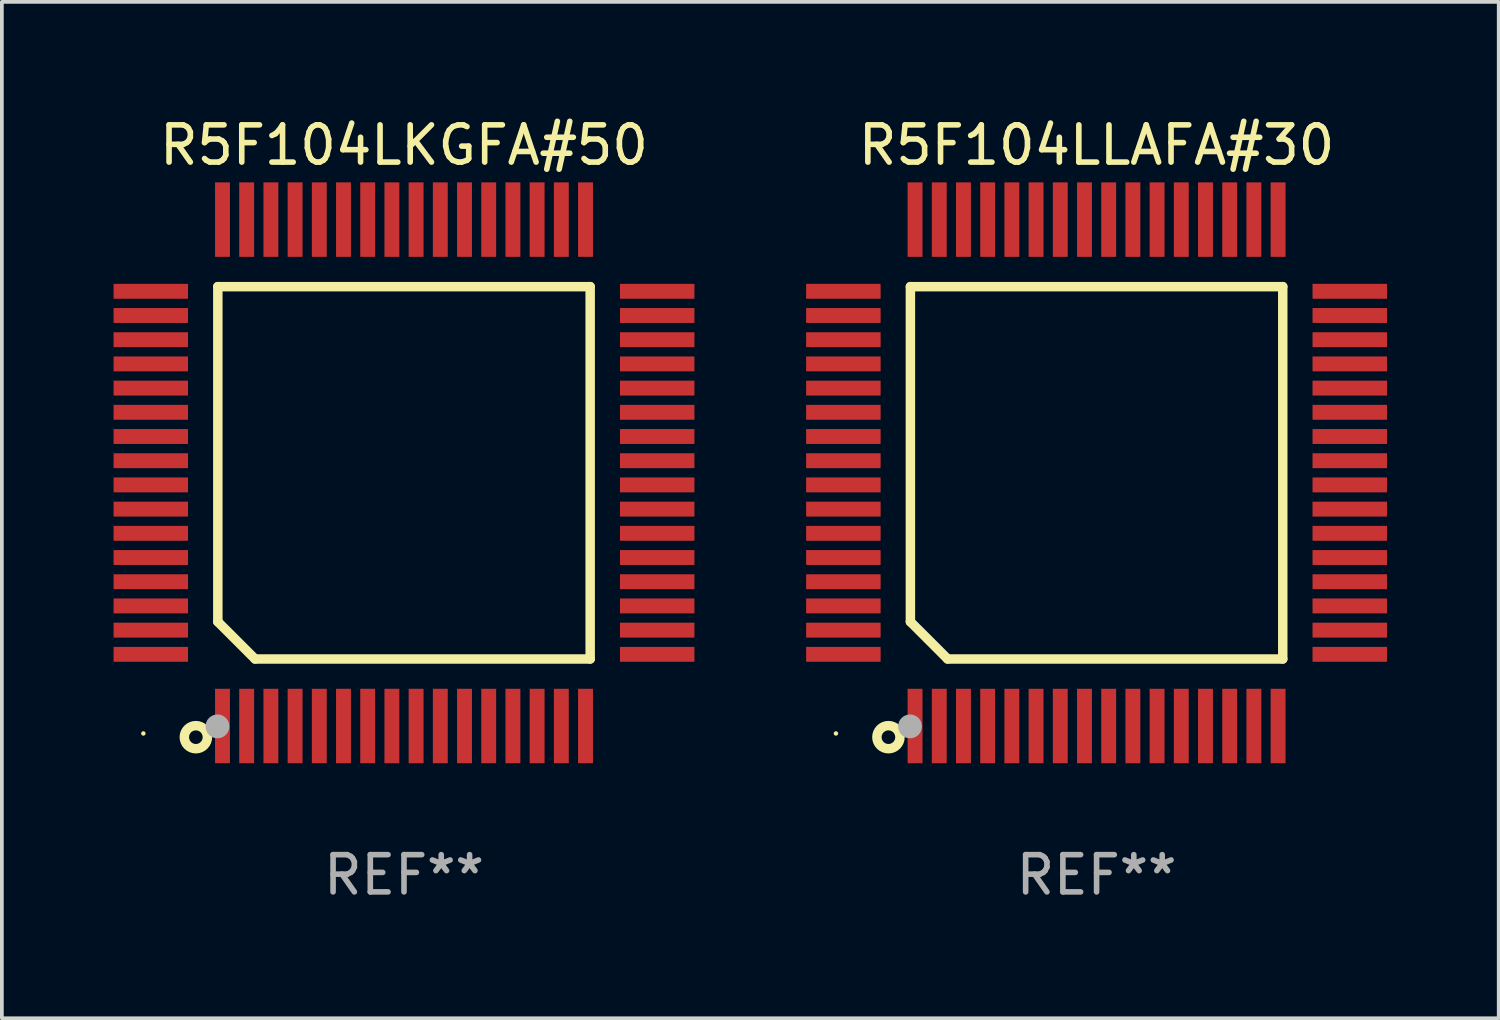
<source format=kicad_pcb>
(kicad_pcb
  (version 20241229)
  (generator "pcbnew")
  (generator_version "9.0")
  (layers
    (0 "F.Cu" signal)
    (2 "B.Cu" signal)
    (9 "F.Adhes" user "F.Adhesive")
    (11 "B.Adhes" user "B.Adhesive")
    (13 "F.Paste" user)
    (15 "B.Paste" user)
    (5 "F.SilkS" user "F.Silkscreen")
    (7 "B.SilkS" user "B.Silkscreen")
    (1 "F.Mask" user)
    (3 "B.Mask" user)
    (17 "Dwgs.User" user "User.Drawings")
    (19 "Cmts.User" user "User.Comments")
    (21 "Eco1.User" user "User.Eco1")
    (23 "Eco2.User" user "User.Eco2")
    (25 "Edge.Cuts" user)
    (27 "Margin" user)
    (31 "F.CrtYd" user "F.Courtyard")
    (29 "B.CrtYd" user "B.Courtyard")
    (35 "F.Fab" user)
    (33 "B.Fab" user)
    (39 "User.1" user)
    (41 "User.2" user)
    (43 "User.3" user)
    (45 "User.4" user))
  (footprint "R5F104LLAFA#30"
    (layer "F.Cu")
    (at 26.4 9.648)
    (property "Reference" "R5F104LLAFA#30" (at 0 -8.8 0) (layer "F.SilkS") (effects (font (size 1 1) (thickness 0.15))))
    (attr through_hole)
    (fp_line (start -5 -5) (end 5 -5) (stroke (width 0.254) (type solid)) (layer "F.SilkS"))
    (fp_line (start -5 4) (end -5 -5) (stroke (width 0.254) (type solid)) (layer "F.SilkS"))
    (fp_line (start -4 5) (end -5 4) (stroke (width 0.254) (type solid)) (layer "F.SilkS"))
    (fp_line (start 5 -5) (end 5 5) (stroke (width 0.254) (type solid)) (layer "F.SilkS"))
    (fp_line (start 5 5) (end -4 5) (stroke (width 0.254) (type solid)) (layer "F.SilkS"))
    (fp_circle (center -7 7) (end -6.97 7) (stroke (width 0.06) (type solid)) (fill no) (layer "F.SilkS"))
    (fp_circle (center -5.59 7.1) (end -5.28 7.1) (stroke (width 0.254) (type solid)) (fill no) (layer "F.SilkS"))
    (fp_circle (center -5.01 6.81) (end -4.85 6.81) (stroke (width 0.32) (type solid)) (fill no) (layer "F.Fab"))
    (fp_text user "REF**" (at 0 10.8 0) (layer "F.Fab") (effects (font (size 1 1) (thickness 0.15))))
    (pad "1" smd rect (at -4.875 6.8) (size 0.4 2) (layers "F.Cu" "F.Mask" "F.Paste"))
    (pad "2" smd rect (at -4.225 6.8) (size 0.4 2) (layers "F.Cu" "F.Mask" "F.Paste"))
    (pad "3" smd rect (at -3.575 6.8) (size 0.4 2) (layers "F.Cu" "F.Mask" "F.Paste"))
    (pad "4" smd rect (at -2.925 6.8) (size 0.4 2) (layers "F.Cu" "F.Mask" "F.Paste"))
    (pad "5" smd rect (at -2.275 6.8) (size 0.4 2) (layers "F.Cu" "F.Mask" "F.Paste"))
    (pad "6" smd rect (at -1.625 6.8) (size 0.4 2) (layers "F.Cu" "F.Mask" "F.Paste"))
    (pad "7" smd rect (at -0.975 6.8) (size 0.4 2) (layers "F.Cu" "F.Mask" "F.Paste"))
    (pad "8" smd rect (at -0.325 6.8) (size 0.4 2) (layers "F.Cu" "F.Mask" "F.Paste"))
    (pad "9" smd rect (at 0.325 6.8) (size 0.4 2) (layers "F.Cu" "F.Mask" "F.Paste"))
    (pad "10" smd rect (at 0.975 6.8) (size 0.4 2) (layers "F.Cu" "F.Mask" "F.Paste"))
    (pad "11" smd rect (at 1.625 6.8) (size 0.4 2) (layers "F.Cu" "F.Mask" "F.Paste"))
    (pad "12" smd rect (at 2.275 6.8) (size 0.4 2) (layers "F.Cu" "F.Mask" "F.Paste"))
    (pad "13" smd rect (at 2.925 6.8) (size 0.4 2) (layers "F.Cu" "F.Mask" "F.Paste"))
    (pad "14" smd rect (at 3.575 6.8) (size 0.4 2) (layers "F.Cu" "F.Mask" "F.Paste"))
    (pad "15" smd rect (at 4.225 6.8) (size 0.4 2) (layers "F.Cu" "F.Mask" "F.Paste"))
    (pad "16" smd rect (at 4.875 6.8) (size 0.4 2) (layers "F.Cu" "F.Mask" "F.Paste"))
    (pad "17" smd rect (at 6.8 4.875) (size 2 0.4) (layers "F.Cu" "F.Mask" "F.Paste"))
    (pad "18" smd rect (at 6.8 4.225) (size 2 0.4) (layers "F.Cu" "F.Mask" "F.Paste"))
    (pad "19" smd rect (at 6.8 3.575) (size 2 0.4) (layers "F.Cu" "F.Mask" "F.Paste"))
    (pad "20" smd rect (at 6.8 2.925) (size 2 0.4) (layers "F.Cu" "F.Mask" "F.Paste"))
    (pad "21" smd rect (at 6.8 2.275) (size 2 0.4) (layers "F.Cu" "F.Mask" "F.Paste"))
    (pad "22" smd rect (at 6.8 1.625) (size 2 0.4) (layers "F.Cu" "F.Mask" "F.Paste"))
    (pad "23" smd rect (at 6.8 0.975) (size 2 0.4) (layers "F.Cu" "F.Mask" "F.Paste"))
    (pad "24" smd rect (at 6.8 0.325) (size 2 0.4) (layers "F.Cu" "F.Mask" "F.Paste"))
    (pad "25" smd rect (at 6.8 -0.325) (size 2 0.4) (layers "F.Cu" "F.Mask" "F.Paste"))
    (pad "26" smd rect (at 6.8 -0.975) (size 2 0.4) (layers "F.Cu" "F.Mask" "F.Paste"))
    (pad "27" smd rect (at 6.8 -1.625) (size 2 0.4) (layers "F.Cu" "F.Mask" "F.Paste"))
    (pad "28" smd rect (at 6.8 -2.275) (size 2 0.4) (layers "F.Cu" "F.Mask" "F.Paste"))
    (pad "29" smd rect (at 6.8 -2.925) (size 2 0.4) (layers "F.Cu" "F.Mask" "F.Paste"))
    (pad "30" smd rect (at 6.8 -3.575) (size 2 0.4) (layers "F.Cu" "F.Mask" "F.Paste"))
    (pad "31" smd rect (at 6.8 -4.225) (size 2 0.4) (layers "F.Cu" "F.Mask" "F.Paste"))
    (pad "32" smd rect (at 6.8 -4.875) (size 2 0.4) (layers "F.Cu" "F.Mask" "F.Paste"))
    (pad "33" smd rect (at 4.875 -6.8) (size 0.4 2) (layers "F.Cu" "F.Mask" "F.Paste"))
    (pad "34" smd rect (at 4.225 -6.8) (size 0.4 2) (layers "F.Cu" "F.Mask" "F.Paste"))
    (pad "35" smd rect (at 3.575 -6.8) (size 0.4 2) (layers "F.Cu" "F.Mask" "F.Paste"))
    (pad "36" smd rect (at 2.925 -6.8) (size 0.4 2) (layers "F.Cu" "F.Mask" "F.Paste"))
    (pad "37" smd rect (at 2.275 -6.8) (size 0.4 2) (layers "F.Cu" "F.Mask" "F.Paste"))
    (pad "38" smd rect (at 1.625 -6.8) (size 0.4 2) (layers "F.Cu" "F.Mask" "F.Paste"))
    (pad "39" smd rect (at 0.975 -6.8) (size 0.4 2) (layers "F.Cu" "F.Mask" "F.Paste"))
    (pad "40" smd rect (at 0.325 -6.8) (size 0.4 2) (layers "F.Cu" "F.Mask" "F.Paste"))
    (pad "41" smd rect (at -0.325 -6.8) (size 0.4 2) (layers "F.Cu" "F.Mask" "F.Paste"))
    (pad "42" smd rect (at -0.975 -6.8) (size 0.4 2) (layers "F.Cu" "F.Mask" "F.Paste"))
    (pad "43" smd rect (at -1.625 -6.8) (size 0.4 2) (layers "F.Cu" "F.Mask" "F.Paste"))
    (pad "44" smd rect (at -2.275 -6.8) (size 0.4 2) (layers "F.Cu" "F.Mask" "F.Paste"))
    (pad "45" smd rect (at -2.925 -6.8) (size 0.4 2) (layers "F.Cu" "F.Mask" "F.Paste"))
    (pad "46" smd rect (at -3.575 -6.8) (size 0.4 2) (layers "F.Cu" "F.Mask" "F.Paste"))
    (pad "47" smd rect (at -4.225 -6.8) (size 0.4 2) (layers "F.Cu" "F.Mask" "F.Paste"))
    (pad "48" smd rect (at -4.875 -6.8) (size 0.4 2) (layers "F.Cu" "F.Mask" "F.Paste"))
    (pad "49" smd rect (at -6.8 -4.875) (size 2 0.4) (layers "F.Cu" "F.Mask" "F.Paste"))
    (pad "50" smd rect (at -6.8 -4.225) (size 2 0.4) (layers "F.Cu" "F.Mask" "F.Paste"))
    (pad "51" smd rect (at -6.8 -3.575) (size 2 0.4) (layers "F.Cu" "F.Mask" "F.Paste"))
    (pad "52" smd rect (at -6.8 -2.925) (size 2 0.4) (layers "F.Cu" "F.Mask" "F.Paste"))
    (pad "53" smd rect (at -6.8 -2.275) (size 2 0.4) (layers "F.Cu" "F.Mask" "F.Paste"))
    (pad "54" smd rect (at -6.8 -1.625) (size 2 0.4) (layers "F.Cu" "F.Mask" "F.Paste"))
    (pad "55" smd rect (at -6.8 -0.975) (size 2 0.4) (layers "F.Cu" "F.Mask" "F.Paste"))
    (pad "56" smd rect (at -6.8 -0.325) (size 2 0.4) (layers "F.Cu" "F.Mask" "F.Paste"))
    (pad "57" smd rect (at -6.8 0.325) (size 2 0.4) (layers "F.Cu" "F.Mask" "F.Paste"))
    (pad "58" smd rect (at -6.8 0.975) (size 2 0.4) (layers "F.Cu" "F.Mask" "F.Paste"))
    (pad "59" smd rect (at -6.8 1.625) (size 2 0.4) (layers "F.Cu" "F.Mask" "F.Paste"))
    (pad "60" smd rect (at -6.8 2.275) (size 2 0.4) (layers "F.Cu" "F.Mask" "F.Paste"))
    (pad "61" smd rect (at -6.8 2.925) (size 2 0.4) (layers "F.Cu" "F.Mask" "F.Paste"))
    (pad "62" smd rect (at -6.8 3.575) (size 2 0.4) (layers "F.Cu" "F.Mask" "F.Paste"))
    (pad "63" smd rect (at -6.8 4.225) (size 2 0.4) (layers "F.Cu" "F.Mask" "F.Paste"))
    (pad "64" smd rect (at -6.8 4.875) (size 2 0.4) (layers "F.Cu" "F.Mask" "F.Paste")))
  (footprint "R5F104LKGFA#50"
    (layer "F.Cu")
    (at 7.8 9.648)
    (property "Reference" "R5F104LKGFA#50" (at 0 -8.8 0) (layer "F.SilkS") (effects (font (size 1 1) (thickness 0.15))))
    (attr through_hole)
    (fp_line (start -5 -5) (end 5 -5) (stroke (width 0.254) (type solid)) (layer "F.SilkS"))
    (fp_line (start -5 4) (end -5 -5) (stroke (width 0.254) (type solid)) (layer "F.SilkS"))
    (fp_line (start -4 5) (end -5 4) (stroke (width 0.254) (type solid)) (layer "F.SilkS"))
    (fp_line (start 5 -5) (end 5 5) (stroke (width 0.254) (type solid)) (layer "F.SilkS"))
    (fp_line (start 5 5) (end -4 5) (stroke (width 0.254) (type solid)) (layer "F.SilkS"))
    (fp_circle (center -7 7) (end -6.97 7) (stroke (width 0.06) (type solid)) (fill no) (layer "F.SilkS"))
    (fp_circle (center -5.59 7.1) (end -5.28 7.1) (stroke (width 0.254) (type solid)) (fill no) (layer "F.SilkS"))
    (fp_circle (center -5.01 6.81) (end -4.85 6.81) (stroke (width 0.32) (type solid)) (fill no) (layer "F.Fab"))
    (fp_text user "REF**" (at 0 10.8 0) (layer "F.Fab") (effects (font (size 1 1) (thickness 0.15))))
    (pad "1" smd rect (at -4.875 6.8) (size 0.4 2) (layers "F.Cu" "F.Mask" "F.Paste"))
    (pad "2" smd rect (at -4.225 6.8) (size 0.4 2) (layers "F.Cu" "F.Mask" "F.Paste"))
    (pad "3" smd rect (at -3.575 6.8) (size 0.4 2) (layers "F.Cu" "F.Mask" "F.Paste"))
    (pad "4" smd rect (at -2.925 6.8) (size 0.4 2) (layers "F.Cu" "F.Mask" "F.Paste"))
    (pad "5" smd rect (at -2.275 6.8) (size 0.4 2) (layers "F.Cu" "F.Mask" "F.Paste"))
    (pad "6" smd rect (at -1.625 6.8) (size 0.4 2) (layers "F.Cu" "F.Mask" "F.Paste"))
    (pad "7" smd rect (at -0.975 6.8) (size 0.4 2) (layers "F.Cu" "F.Mask" "F.Paste"))
    (pad "8" smd rect (at -0.325 6.8) (size 0.4 2) (layers "F.Cu" "F.Mask" "F.Paste"))
    (pad "9" smd rect (at 0.325 6.8) (size 0.4 2) (layers "F.Cu" "F.Mask" "F.Paste"))
    (pad "10" smd rect (at 0.975 6.8) (size 0.4 2) (layers "F.Cu" "F.Mask" "F.Paste"))
    (pad "11" smd rect (at 1.625 6.8) (size 0.4 2) (layers "F.Cu" "F.Mask" "F.Paste"))
    (pad "12" smd rect (at 2.275 6.8) (size 0.4 2) (layers "F.Cu" "F.Mask" "F.Paste"))
    (pad "13" smd rect (at 2.925 6.8) (size 0.4 2) (layers "F.Cu" "F.Mask" "F.Paste"))
    (pad "14" smd rect (at 3.575 6.8) (size 0.4 2) (layers "F.Cu" "F.Mask" "F.Paste"))
    (pad "15" smd rect (at 4.225 6.8) (size 0.4 2) (layers "F.Cu" "F.Mask" "F.Paste"))
    (pad "16" smd rect (at 4.875 6.8) (size 0.4 2) (layers "F.Cu" "F.Mask" "F.Paste"))
    (pad "17" smd rect (at 6.8 4.875) (size 2 0.4) (layers "F.Cu" "F.Mask" "F.Paste"))
    (pad "18" smd rect (at 6.8 4.225) (size 2 0.4) (layers "F.Cu" "F.Mask" "F.Paste"))
    (pad "19" smd rect (at 6.8 3.575) (size 2 0.4) (layers "F.Cu" "F.Mask" "F.Paste"))
    (pad "20" smd rect (at 6.8 2.925) (size 2 0.4) (layers "F.Cu" "F.Mask" "F.Paste"))
    (pad "21" smd rect (at 6.8 2.275) (size 2 0.4) (layers "F.Cu" "F.Mask" "F.Paste"))
    (pad "22" smd rect (at 6.8 1.625) (size 2 0.4) (layers "F.Cu" "F.Mask" "F.Paste"))
    (pad "23" smd rect (at 6.8 0.975) (size 2 0.4) (layers "F.Cu" "F.Mask" "F.Paste"))
    (pad "24" smd rect (at 6.8 0.325) (size 2 0.4) (layers "F.Cu" "F.Mask" "F.Paste"))
    (pad "25" smd rect (at 6.8 -0.325) (size 2 0.4) (layers "F.Cu" "F.Mask" "F.Paste"))
    (pad "26" smd rect (at 6.8 -0.975) (size 2 0.4) (layers "F.Cu" "F.Mask" "F.Paste"))
    (pad "27" smd rect (at 6.8 -1.625) (size 2 0.4) (layers "F.Cu" "F.Mask" "F.Paste"))
    (pad "28" smd rect (at 6.8 -2.275) (size 2 0.4) (layers "F.Cu" "F.Mask" "F.Paste"))
    (pad "29" smd rect (at 6.8 -2.925) (size 2 0.4) (layers "F.Cu" "F.Mask" "F.Paste"))
    (pad "30" smd rect (at 6.8 -3.575) (size 2 0.4) (layers "F.Cu" "F.Mask" "F.Paste"))
    (pad "31" smd rect (at 6.8 -4.225) (size 2 0.4) (layers "F.Cu" "F.Mask" "F.Paste"))
    (pad "32" smd rect (at 6.8 -4.875) (size 2 0.4) (layers "F.Cu" "F.Mask" "F.Paste"))
    (pad "33" smd rect (at 4.875 -6.8) (size 0.4 2) (layers "F.Cu" "F.Mask" "F.Paste"))
    (pad "34" smd rect (at 4.225 -6.8) (size 0.4 2) (layers "F.Cu" "F.Mask" "F.Paste"))
    (pad "35" smd rect (at 3.575 -6.8) (size 0.4 2) (layers "F.Cu" "F.Mask" "F.Paste"))
    (pad "36" smd rect (at 2.925 -6.8) (size 0.4 2) (layers "F.Cu" "F.Mask" "F.Paste"))
    (pad "37" smd rect (at 2.275 -6.8) (size 0.4 2) (layers "F.Cu" "F.Mask" "F.Paste"))
    (pad "38" smd rect (at 1.625 -6.8) (size 0.4 2) (layers "F.Cu" "F.Mask" "F.Paste"))
    (pad "39" smd rect (at 0.975 -6.8) (size 0.4 2) (layers "F.Cu" "F.Mask" "F.Paste"))
    (pad "40" smd rect (at 0.325 -6.8) (size 0.4 2) (layers "F.Cu" "F.Mask" "F.Paste"))
    (pad "41" smd rect (at -0.325 -6.8) (size 0.4 2) (layers "F.Cu" "F.Mask" "F.Paste"))
    (pad "42" smd rect (at -0.975 -6.8) (size 0.4 2) (layers "F.Cu" "F.Mask" "F.Paste"))
    (pad "43" smd rect (at -1.625 -6.8) (size 0.4 2) (layers "F.Cu" "F.Mask" "F.Paste"))
    (pad "44" smd rect (at -2.275 -6.8) (size 0.4 2) (layers "F.Cu" "F.Mask" "F.Paste"))
    (pad "45" smd rect (at -2.925 -6.8) (size 0.4 2) (layers "F.Cu" "F.Mask" "F.Paste"))
    (pad "46" smd rect (at -3.575 -6.8) (size 0.4 2) (layers "F.Cu" "F.Mask" "F.Paste"))
    (pad "47" smd rect (at -4.225 -6.8) (size 0.4 2) (layers "F.Cu" "F.Mask" "F.Paste"))
    (pad "48" smd rect (at -4.875 -6.8) (size 0.4 2) (layers "F.Cu" "F.Mask" "F.Paste"))
    (pad "49" smd rect (at -6.8 -4.875) (size 2 0.4) (layers "F.Cu" "F.Mask" "F.Paste"))
    (pad "50" smd rect (at -6.8 -4.225) (size 2 0.4) (layers "F.Cu" "F.Mask" "F.Paste"))
    (pad "51" smd rect (at -6.8 -3.575) (size 2 0.4) (layers "F.Cu" "F.Mask" "F.Paste"))
    (pad "52" smd rect (at -6.8 -2.925) (size 2 0.4) (layers "F.Cu" "F.Mask" "F.Paste"))
    (pad "53" smd rect (at -6.8 -2.275) (size 2 0.4) (layers "F.Cu" "F.Mask" "F.Paste"))
    (pad "54" smd rect (at -6.8 -1.625) (size 2 0.4) (layers "F.Cu" "F.Mask" "F.Paste"))
    (pad "55" smd rect (at -6.8 -0.975) (size 2 0.4) (layers "F.Cu" "F.Mask" "F.Paste"))
    (pad "56" smd rect (at -6.8 -0.325) (size 2 0.4) (layers "F.Cu" "F.Mask" "F.Paste"))
    (pad "57" smd rect (at -6.8 0.325) (size 2 0.4) (layers "F.Cu" "F.Mask" "F.Paste"))
    (pad "58" smd rect (at -6.8 0.975) (size 2 0.4) (layers "F.Cu" "F.Mask" "F.Paste"))
    (pad "59" smd rect (at -6.8 1.625) (size 2 0.4) (layers "F.Cu" "F.Mask" "F.Paste"))
    (pad "60" smd rect (at -6.8 2.275) (size 2 0.4) (layers "F.Cu" "F.Mask" "F.Paste"))
    (pad "61" smd rect (at -6.8 2.925) (size 2 0.4) (layers "F.Cu" "F.Mask" "F.Paste"))
    (pad "62" smd rect (at -6.8 3.575) (size 2 0.4) (layers "F.Cu" "F.Mask" "F.Paste"))
    (pad "63" smd rect (at -6.8 4.225) (size 2 0.4) (layers "F.Cu" "F.Mask" "F.Paste"))
    (pad "64" smd rect (at -6.8 4.875) (size 2 0.4) (layers "F.Cu" "F.Mask" "F.Paste")))
  (gr_rect
    (start -3 -3)
    (end 37.2 24.297)
    (stroke (width 0.1) (type default))
    (fill no)
    (layer "Edge.Cuts")))
</source>
